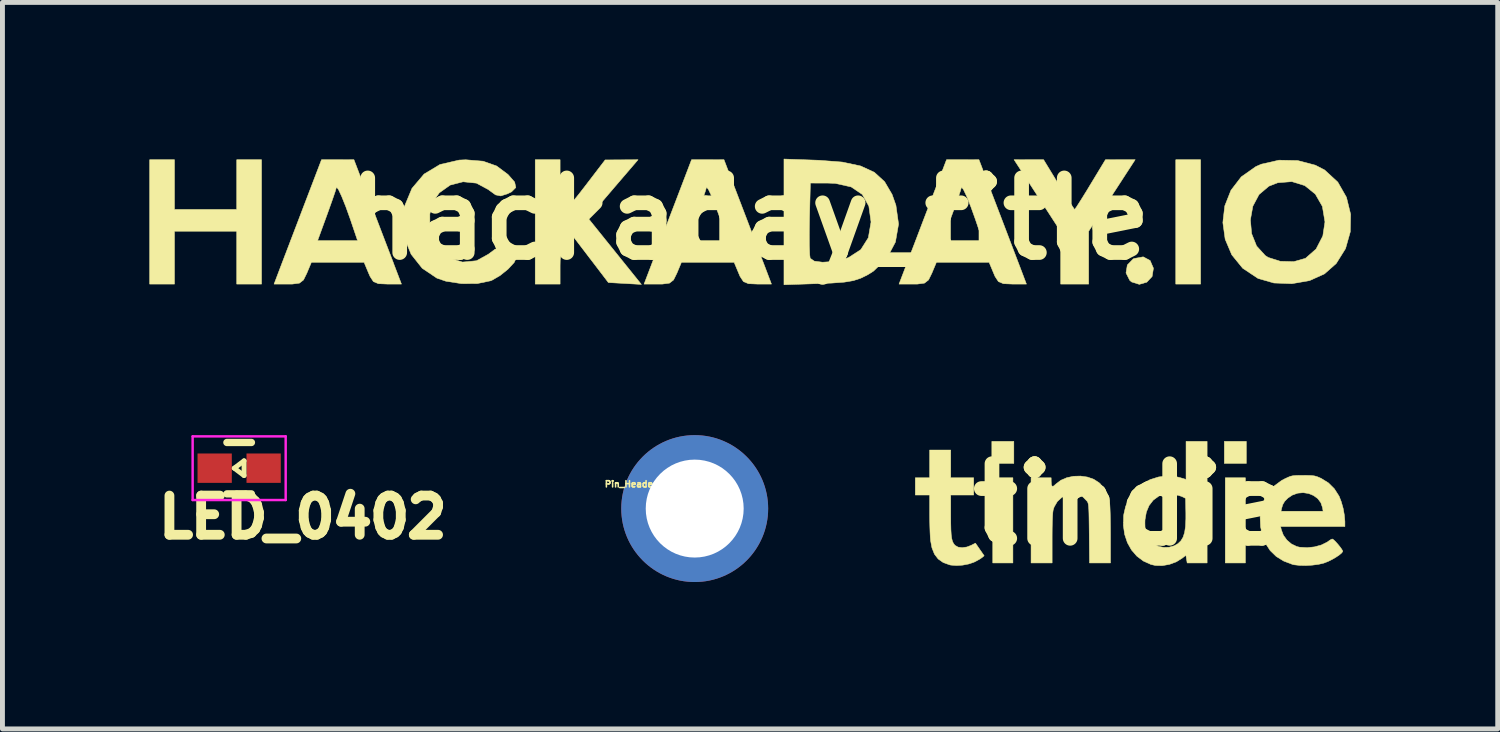
<source format=kicad_pcb>
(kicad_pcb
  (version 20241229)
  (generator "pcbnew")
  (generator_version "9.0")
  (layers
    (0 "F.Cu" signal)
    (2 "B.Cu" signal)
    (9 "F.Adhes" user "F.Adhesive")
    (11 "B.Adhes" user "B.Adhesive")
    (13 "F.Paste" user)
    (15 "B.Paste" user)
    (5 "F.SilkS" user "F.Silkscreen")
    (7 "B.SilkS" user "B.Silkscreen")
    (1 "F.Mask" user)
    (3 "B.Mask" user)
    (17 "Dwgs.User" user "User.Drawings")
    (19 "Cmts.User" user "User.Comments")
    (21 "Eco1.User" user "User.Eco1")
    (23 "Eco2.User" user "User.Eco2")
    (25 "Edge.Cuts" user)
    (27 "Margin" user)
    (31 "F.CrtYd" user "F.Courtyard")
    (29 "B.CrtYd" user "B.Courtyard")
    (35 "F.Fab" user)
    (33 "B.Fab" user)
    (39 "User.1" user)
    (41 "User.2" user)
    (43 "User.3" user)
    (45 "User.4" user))
  (footprint "Pin_Header_Straight_1x01"
    (layer "F.Cu")
    (at 11.137 7.336)
    (property "Reference" "Pin_Header_Straight_1x01" (at -0.6 -0.5 0) (layer "F.SilkS") (effects (font (size 0.127 0.127) (thickness 0.032))))
    (attr through_hole)
    (pad "P5" thru_hole circle (at 0 0) (size 3 3) (drill 2) (layers "*.Cu" "*.Mask")))
  (footprint "LED_0402"
    (layer "F.Cu")
    (at 1.834 6.511)
    (property "Reference" "LED_0402" (at 1.3 1 0) (layer "F.SilkS") (effects (font (size 0.8 0.8) (thickness 0.2))))
    (attr smd)
    (fp_line (start -0.25 0.525) (end 0.25 0.525) (stroke (width 0.15) (type solid)) (layer "F.SilkS"))
    (fp_line (start -0.1 0) (end 0.1 -0.15) (stroke (width 0.1) (type solid)) (layer "F.SilkS"))
    (fp_line (start -0.1 0) (end 0.1 0.15) (stroke (width 0.1) (type solid)) (layer "F.SilkS"))
    (fp_line (start 0.1 0.15) (end 0.1 -0.15) (stroke (width 0.1) (type solid)) (layer "F.SilkS"))
    (fp_line (start 0.25 -0.525) (end -0.25 -0.525) (stroke (width 0.15) (type solid)) (layer "F.SilkS"))
    (fp_line (start -0.95 -0.65) (end -0.95 0.65) (stroke (width 0.05) (type solid)) (layer "F.CrtYd"))
    (fp_line (start -0.95 -0.65) (end 0.95 -0.65) (stroke (width 0.05) (type solid)) (layer "F.CrtYd"))
    (fp_line (start -0.95 0.65) (end 0.95 0.65) (stroke (width 0.05) (type solid)) (layer "F.CrtYd"))
    (fp_line (start 0.95 -0.65) (end 0.95 0.65) (stroke (width 0.05) (type solid)) (layer "F.CrtYd"))
    (pad "1" smd rect (at -0.5 0) (size 0.7 0.6) (layers "F.Cu" "F.Mask" "F.Paste"))
    (pad "2" smd rect (at 0.5 0) (size 0.7 0.6) (layers "F.Cu" "F.Mask" "F.Paste")))
  (footprint "tindie"
    (layer "F.Cu")
    (at 20.038 7.254)
    (property "Reference" "tindie" (at 0 0 0) (layer "F.SilkS") (effects (font (size 1.524 1.524) (thickness 0.3))))
    (attr through_hole)
    (fp_poly (pts (xy -2.403 1.192) (xy -2.814 1.192) (xy -2.814 -0.547) (xy -2.403 -0.547) (xy -2.403 1.192)) (stroke (width 0.01) (type solid)) (fill yes) (layer "F.SilkS"))
    (fp_poly (pts (xy -2.384 -0.84) (xy -2.833 -0.84) (xy -2.833 -1.29) (xy -2.384 -1.29) (xy -2.384 -0.84)) (stroke (width 0.01) (type solid)) (fill yes) (layer "F.SilkS"))
    (fp_poly (pts (xy 2.345 1.192) (xy 1.934 1.192) (xy 1.934 -0.547) (xy 2.345 -0.547) (xy 2.345 1.192)) (stroke (width 0.01) (type solid)) (fill yes) (layer "F.SilkS"))
    (fp_poly (pts (xy 2.364 -0.84) (xy 1.915 -0.84) (xy 1.915 -1.29) (xy 2.364 -1.29) (xy 2.364 -0.84)) (stroke (width 0.01) (type solid)) (fill yes) (layer "F.SilkS"))
    (fp_poly (pts (xy -3.673 -0.547) (xy -3.204 -0.547) (xy -3.204 -0.195) (xy -3.673 -0.195) (xy -3.673 0.22) (xy -3.672 0.383) (xy -3.669 0.512) (xy -3.663 0.612) (xy -3.653 0.688) (xy -3.639 0.746) (xy -3.619 0.789) (xy -3.594 0.823) (xy -3.585 0.833) (xy -3.523 0.869) (xy -3.44 0.88) (xy -3.345 0.867) (xy -3.258 0.834) (xy -3.168 0.788) (xy -3.079 0.917) (xy -2.99 1.045) (xy -3.034 1.082) (xy -3.074 1.11) (xy -3.136 1.145) (xy -3.196 1.176) (xy -3.304 1.213) (xy -3.429 1.237) (xy -3.557 1.245) (xy -3.672 1.236) (xy -3.698 1.23) (xy -3.827 1.183) (xy -3.929 1.111) (xy -4.005 1.012) (xy -4.056 0.884) (xy -4.084 0.736) (xy -4.09 0.665) (xy -4.095 0.564) (xy -4.099 0.443) (xy -4.102 0.312) (xy -4.103 0.191) (xy -4.103 -0.195) (xy -4.396 -0.195) (xy -4.396 -0.547) (xy -4.103 -0.547) (xy -4.103 -1.114) (xy -3.673 -1.114) (xy -3.673 -0.547)) (stroke (width 0.01) (type solid)) (fill yes) (layer "F.SilkS"))
    (fp_poly (pts (xy -0.882 -0.562) (xy -0.753 -0.517) (xy -0.644 -0.447) (xy -0.618 -0.423) (xy -0.519 -0.298) (xy -0.453 -0.15) (xy -0.43 -0.06) (xy -0.425 -0.014) (xy -0.42 0.066) (xy -0.416 0.172) (xy -0.413 0.3) (xy -0.411 0.442) (xy -0.41 0.592) (xy -0.41 0.618) (xy -0.41 1.192) (xy -0.838 1.192) (xy -0.844 0.588) (xy -0.846 0.418) (xy -0.848 0.282) (xy -0.85 0.177) (xy -0.853 0.098) (xy -0.857 0.039) (xy -0.862 -0.002) (xy -0.869 -0.031) (xy -0.877 -0.052) (xy -0.889 -0.069) (xy -0.891 -0.072) (xy -0.971 -0.154) (xy -1.064 -0.201) (xy -1.169 -0.215) (xy -1.296 -0.197) (xy -1.406 -0.145) (xy -1.495 -0.063) (xy -1.56 0.048) (xy -1.58 0.108) (xy -1.587 0.154) (xy -1.593 0.235) (xy -1.598 0.347) (xy -1.601 0.485) (xy -1.602 0.647) (xy -1.602 0.689) (xy -1.602 1.192) (xy -2.032 1.192) (xy -2.032 -0.547) (xy -1.622 -0.547) (xy -1.621 -0.474) (xy -1.617 -0.405) (xy -1.602 -0.374) (xy -1.573 -0.377) (xy -1.529 -0.415) (xy -1.525 -0.419) (xy -1.424 -0.496) (xy -1.301 -0.549) (xy -1.164 -0.578) (xy -1.022 -0.582) (xy -0.882 -0.562)) (stroke (width 0.01) (type solid)) (fill yes) (layer "F.SilkS"))
    (fp_poly (pts (xy 1.563 1.192) (xy 1.156 1.192) (xy 1.13 1.035) (xy 1.055 1.094) (xy 0.933 1.17) (xy 0.795 1.221) (xy 0.649 1.247) (xy 0.508 1.244) (xy 0.416 1.223) (xy 0.261 1.153) (xy 0.128 1.053) (xy 0.019 0.927) (xy -0.065 0.777) (xy -0.121 0.609) (xy -0.147 0.426) (xy -0.145 0.369) (xy 0.293 0.369) (xy 0.295 0.456) (xy 0.305 0.522) (xy 0.326 0.584) (xy 0.353 0.641) (xy 0.41 0.737) (xy 0.475 0.803) (xy 0.556 0.848) (xy 0.576 0.855) (xy 0.678 0.875) (xy 0.789 0.871) (xy 0.888 0.843) (xy 0.89 0.843) (xy 0.968 0.798) (xy 1.028 0.74) (xy 1.073 0.666) (xy 1.104 0.569) (xy 1.122 0.446) (xy 1.129 0.292) (xy 1.129 0.174) (xy 1.123 -0.127) (xy 1.045 -0.166) (xy 0.973 -0.189) (xy 0.88 -0.203) (xy 0.778 -0.207) (xy 0.681 -0.2) (xy 0.602 -0.184) (xy 0.575 -0.172) (xy 0.463 -0.09) (xy 0.378 0.02) (xy 0.322 0.154) (xy 0.295 0.309) (xy 0.293 0.369) (xy -0.145 0.369) (xy -0.142 0.231) (xy -0.137 0.195) (xy -0.101 0.039) (xy -0.037 -0.112) (xy 0.047 -0.247) (xy 0.113 -0.323) (xy 0.248 -0.431) (xy 0.405 -0.512) (xy 0.574 -0.564) (xy 0.749 -0.585) (xy 0.921 -0.572) (xy 1.014 -0.549) (xy 1.133 -0.512) (xy 1.133 -1.29) (xy 1.563 -1.29) (xy 1.563 1.192)) (stroke (width 0.01) (type solid)) (fill yes) (layer "F.SilkS"))
    (fp_poly (pts (xy 3.628 -0.595) (xy 3.701 -0.592) (xy 3.756 -0.585) (xy 3.804 -0.572) (xy 3.855 -0.551) (xy 3.893 -0.534) (xy 4.04 -0.443) (xy 4.161 -0.323) (xy 4.256 -0.175) (xy 4.259 -0.17) (xy 4.303 -0.057) (xy 4.341 0.077) (xy 4.366 0.217) (xy 4.377 0.344) (xy 4.377 0.353) (xy 4.377 0.449) (xy 3.064 0.449) (xy 3.078 0.513) (xy 3.12 0.625) (xy 3.192 0.725) (xy 3.286 0.805) (xy 3.394 0.857) (xy 3.453 0.871) (xy 3.606 0.88) (xy 3.757 0.864) (xy 3.898 0.825) (xy 4.017 0.766) (xy 4.038 0.75) (xy 4.082 0.72) (xy 4.115 0.704) (xy 4.12 0.703) (xy 4.145 0.718) (xy 4.184 0.755) (xy 4.23 0.806) (xy 4.275 0.861) (xy 4.312 0.912) (xy 4.332 0.948) (xy 4.333 0.957) (xy 4.312 0.987) (xy 4.264 1.028) (xy 4.196 1.074) (xy 4.117 1.12) (xy 4.035 1.161) (xy 3.958 1.191) (xy 3.951 1.194) (xy 3.842 1.22) (xy 3.713 1.237) (xy 3.579 1.245) (xy 3.45 1.242) (xy 3.342 1.23) (xy 3.307 1.222) (xy 3.126 1.153) (xy 2.974 1.059) (xy 2.85 0.938) (xy 2.755 0.791) (xy 2.689 0.616) (xy 2.655 0.454) (xy 2.646 0.26) (xy 2.663 0.137) (xy 3.072 0.137) (xy 3.932 0.137) (xy 3.921 0.066) (xy 3.886 -0.038) (xy 3.823 -0.122) (xy 3.737 -0.185) (xy 3.636 -0.226) (xy 3.526 -0.243) (xy 3.413 -0.233) (xy 3.304 -0.194) (xy 3.212 -0.132) (xy 3.147 -0.066) (xy 3.108 0.001) (xy 3.086 0.073) (xy 3.072 0.137) (xy 2.663 0.137) (xy 2.671 0.075) (xy 2.729 -0.096) (xy 2.818 -0.25) (xy 2.937 -0.383) (xy 3.082 -0.49) (xy 3.145 -0.524) (xy 3.209 -0.554) (xy 3.259 -0.575) (xy 3.307 -0.587) (xy 3.363 -0.593) (xy 3.438 -0.596) (xy 3.527 -0.596) (xy 3.628 -0.595)) (stroke (width 0.01) (type solid)) (fill yes) (layer "F.SilkS")))
  (footprint "hackaday_title"
    (layer "F.Cu")
    (at 12.261 1.418)
    (property "Reference" "hackaday_title" (at 0 0 0) (layer "F.SilkS") (effects (font (size 1.524 1.524) (thickness 0.3))))
    (attr through_hole)
    (fp_poly (pts (xy 9.207 1.333) (xy 8.7 1.333) (xy 8.7 -1.206) (xy 9.207 -1.206) (xy 9.207 1.333)) (stroke (width 0.01) (type solid)) (fill yes) (layer "F.SilkS"))
    (fp_poly (pts (xy -11.748 -0.191) (xy -10.477 -0.191) (xy -10.477 -1.206) (xy -9.97 -1.206) (xy -9.97 1.333) (xy -10.477 1.333) (xy -10.477 0.254) (xy -11.748 0.254) (xy -11.748 1.333) (xy -12.255 1.333) (xy -12.255 -1.206) (xy -11.748 -1.206) (xy -11.748 -0.191)) (stroke (width 0.01) (type solid)) (fill yes) (layer "F.SilkS"))
    (fp_poly (pts (xy 8.176 0.852) (xy 8.244 1.01) (xy 8.217 1.179) (xy 8.108 1.295) (xy 7.956 1.339) (xy 7.799 1.29) (xy 7.76 1.257) (xy 7.684 1.105) (xy 7.711 0.943) (xy 7.83 0.82) (xy 7.847 0.812) (xy 8.035 0.777) (xy 8.176 0.852)) (stroke (width 0.01) (type solid)) (fill yes) (layer "F.SilkS"))
    (fp_poly (pts (xy 7.396 -0.476) (xy 6.921 0.255) (xy 6.921 1.333) (xy 6.35 1.333) (xy 6.35 0.259) (xy 5.398 -1.207) (xy 5.7 -1.206) (xy 6.001 -1.206) (xy 6.31 -0.699) (xy 6.446 -0.478) (xy 6.555 -0.306) (xy 6.622 -0.206) (xy 6.635 -0.191) (xy 6.672 -0.241) (xy 6.759 -0.377) (xy 6.881 -0.573) (xy 6.957 -0.699) (xy 7.264 -1.206) (xy 7.567 -1.207) (xy 7.871 -1.207) (xy 7.396 -0.476)) (stroke (width 0.01) (type solid)) (fill yes) (layer "F.SilkS"))
    (fp_poly (pts (xy -3.873 -0.667) (xy -3.868 -0.423) (xy -3.854 -0.236) (xy -3.833 -0.136) (xy -3.824 -0.127) (xy -3.768 -0.174) (xy -3.653 -0.303) (xy -3.499 -0.491) (xy -3.364 -0.665) (xy -2.953 -1.202) (xy -2.617 -1.204) (xy -2.281 -1.206) (xy -2.792 -0.61) (xy -3.302 -0.013) (xy -2.213 1.34) (xy -2.55 1.321) (xy -2.887 1.302) (xy -3.267 0.804) (xy -3.647 0.306) (xy -3.76 0.446) (xy -3.838 0.604) (xy -3.871 0.847) (xy -3.873 0.96) (xy -3.873 1.333) (xy -4.381 1.333) (xy -4.381 -1.206) (xy -3.873 -1.206) (xy -3.873 -0.667)) (stroke (width 0.01) (type solid)) (fill yes) (layer "F.SilkS"))
    (fp_poly (pts (xy 1.413 -1.195) (xy 1.891 -1.158) (xy 2.263 -1.079) (xy 2.545 -0.949) (xy 2.754 -0.758) (xy 2.907 -0.497) (xy 2.985 -0.276) (xy 3.039 0.108) (xy 2.975 0.475) (xy 2.802 0.802) (xy 2.529 1.067) (xy 2.411 1.142) (xy 2.265 1.214) (xy 2.115 1.263) (xy 1.929 1.294) (xy 1.673 1.313) (xy 1.413 1.323) (xy 0.699 1.347) (xy 0.699 0.293) (xy 1.216 0.293) (xy 1.217 0.547) (xy 1.224 0.729) (xy 1.234 0.806) (xy 1.318 0.865) (xy 1.487 0.887) (xy 1.702 0.873) (xy 1.928 0.823) (xy 2.018 0.792) (xy 2.268 0.63) (xy 2.422 0.387) (xy 2.476 0.072) (xy 2.477 0.066) (xy 2.432 -0.259) (xy 2.298 -0.497) (xy 2.071 -0.651) (xy 1.747 -0.723) (xy 1.596 -0.729) (xy 1.238 -0.73) (xy 1.22 -0.004) (xy 1.216 0.293) (xy 0.699 0.293) (xy 0.699 -1.22) (xy 1.413 -1.195)) (stroke (width 0.01) (type solid)) (fill yes) (layer "F.SilkS"))
    (fp_poly (pts (xy -8.083 -1.206) (xy -7.749 -0.333) (xy -7.615 0.017) (xy -7.483 0.363) (xy -7.366 0.668) (xy -7.278 0.898) (xy -7.264 0.937) (xy -7.113 1.333) (xy -7.402 1.333) (xy -7.584 1.325) (xy -7.686 1.282) (xy -7.754 1.177) (xy -7.783 1.111) (xy -7.876 0.889) (xy -8.952 0.889) (xy -9.045 1.111) (xy -9.113 1.249) (xy -9.196 1.314) (xy -9.34 1.333) (xy -9.426 1.333) (xy -9.714 1.333) (xy -9.564 0.937) (xy -9.484 0.728) (xy -9.376 0.445) (xy -8.825 0.445) (xy -8.009 0.445) (xy -8.159 0.003) (xy -8.25 -0.25) (xy -8.333 -0.457) (xy -8.398 -0.596) (xy -8.437 -0.646) (xy -8.444 -0.631) (xy -8.465 -0.559) (xy -8.52 -0.398) (xy -8.599 -0.176) (xy -8.635 -0.076) (xy -8.825 0.445) (xy -9.376 0.445) (xy -9.373 0.437) (xy -9.243 0.097) (xy -9.109 -0.255) (xy -9.079 -0.333) (xy -8.745 -1.207) (xy -8.414 -1.207) (xy -8.083 -1.206)) (stroke (width 0.01) (type solid)) (fill yes) (layer "F.SilkS"))
    (fp_poly (pts (xy -0.526 -1.206) (xy -0.192 -0.333) (xy -0.058 0.017) (xy 0.074 0.363) (xy 0.19 0.668) (xy 0.278 0.898) (xy 0.293 0.937) (xy 0.443 1.333) (xy 0.155 1.333) (xy -0.027 1.325) (xy -0.129 1.282) (xy -0.198 1.177) (xy -0.226 1.111) (xy -0.319 0.889) (xy -1.395 0.889) (xy -1.488 1.111) (xy -1.556 1.249) (xy -1.639 1.314) (xy -1.783 1.333) (xy -1.869 1.333) (xy -2.158 1.333) (xy -2.007 0.937) (xy -1.928 0.728) (xy -1.819 0.445) (xy -1.269 0.445) (xy -0.452 0.445) (xy -0.602 0.003) (xy -0.693 -0.25) (xy -0.776 -0.457) (xy -0.842 -0.596) (xy -0.881 -0.646) (xy -0.887 -0.631) (xy -0.908 -0.559) (xy -0.963 -0.398) (xy -1.042 -0.176) (xy -1.079 -0.076) (xy -1.269 0.445) (xy -1.819 0.445) (xy -1.816 0.437) (xy -1.687 0.097) (xy -1.552 -0.255) (xy -1.522 -0.333) (xy -1.188 -1.207) (xy -0.857 -1.207) (xy -0.526 -1.206)) (stroke (width 0.01) (type solid)) (fill yes) (layer "F.SilkS"))
    (fp_poly (pts (xy 4.681 -1.206) (xy 5.015 -0.333) (xy 5.149 0.017) (xy 5.281 0.363) (xy 5.397 0.668) (xy 5.485 0.898) (xy 5.5 0.937) (xy 5.65 1.333) (xy 5.362 1.333) (xy 5.18 1.325) (xy 5.078 1.282) (xy 5.009 1.177) (xy 4.981 1.111) (xy 4.888 0.889) (xy 3.812 0.889) (xy 3.719 1.111) (xy 3.651 1.249) (xy 3.568 1.314) (xy 3.424 1.333) (xy 3.338 1.333) (xy 3.049 1.333) (xy 3.2 0.937) (xy 3.279 0.728) (xy 3.388 0.445) (xy 3.938 0.445) (xy 4.755 0.445) (xy 4.605 0.003) (xy 4.514 -0.25) (xy 4.431 -0.457) (xy 4.365 -0.596) (xy 4.326 -0.646) (xy 4.32 -0.631) (xy 4.299 -0.559) (xy 4.244 -0.398) (xy 4.165 -0.176) (xy 4.128 -0.076) (xy 3.938 0.445) (xy 3.388 0.445) (xy 3.391 0.437) (xy 3.52 0.097) (xy 3.655 -0.255) (xy 3.685 -0.333) (xy 4.019 -1.207) (xy 4.35 -1.207) (xy 4.681 -1.206)) (stroke (width 0.01) (type solid)) (fill yes) (layer "F.SilkS"))
    (fp_poly (pts (xy 11.191 -1.189) (xy 11.55 -1.095) (xy 11.741 -0.996) (xy 12.009 -0.749) (xy 12.186 -0.439) (xy 12.271 -0.092) (xy 12.264 0.266) (xy 12.167 0.609) (xy 11.977 0.913) (xy 11.737 1.125) (xy 11.433 1.262) (xy 11.071 1.325) (xy 10.703 1.311) (xy 10.38 1.218) (xy 10.067 1.01) (xy 9.844 0.736) (xy 9.709 0.418) (xy 9.662 0.078) (xy 9.668 0.021) (xy 10.224 0.021) (xy 10.249 0.303) (xy 10.351 0.557) (xy 10.529 0.752) (xy 10.589 0.79) (xy 10.835 0.868) (xy 11.109 0.875) (xy 11.346 0.808) (xy 11.354 0.803) (xy 11.566 0.617) (xy 11.703 0.351) (xy 11.747 0.064) (xy 11.694 -0.253) (xy 11.55 -0.504) (xy 11.335 -0.678) (xy 11.072 -0.759) (xy 10.781 -0.736) (xy 10.602 -0.666) (xy 10.401 -0.496) (xy 10.274 -0.257) (xy 10.224 0.021) (xy 9.668 0.021) (xy 9.701 -0.263) (xy 9.827 -0.582) (xy 10.038 -0.857) (xy 10.335 -1.066) (xy 10.447 -1.115) (xy 10.808 -1.197) (xy 11.191 -1.189)) (stroke (width 0.01) (type solid)) (fill yes) (layer "F.SilkS"))
    (fp_poly (pts (xy -5.446 -1.176) (xy -5.169 -1.078) (xy -4.937 -0.905) (xy -4.801 -0.75) (xy -4.777 -0.638) (xy -4.865 -0.55) (xy -4.951 -0.509) (xy -5.085 -0.467) (xy -5.19 -0.488) (xy -5.325 -0.586) (xy -5.337 -0.596) (xy -5.582 -0.728) (xy -5.854 -0.756) (xy -6.118 -0.688) (xy -6.339 -0.531) (xy -6.444 -0.383) (xy -6.533 -0.1) (xy -6.532 0.197) (xy -6.45 0.474) (xy -6.295 0.696) (xy -6.162 0.793) (xy -5.867 0.884) (xy -5.58 0.857) (xy -5.337 0.723) (xy -5.199 0.62) (xy -5.093 0.593) (xy -4.963 0.631) (xy -4.951 0.636) (xy -4.821 0.711) (xy -4.763 0.786) (xy -4.763 0.79) (xy -4.812 0.894) (xy -4.936 1.028) (xy -5.1 1.16) (xy -5.266 1.256) (xy -5.291 1.266) (xy -5.561 1.322) (xy -5.886 1.324) (xy -6.204 1.275) (xy -6.389 1.212) (xy -6.689 1.01) (xy -6.915 0.725) (xy -7.055 0.385) (xy -7.096 0.02) (xy -7.058 -0.237) (xy -6.898 -0.621) (xy -6.651 -0.913) (xy -6.327 -1.108) (xy -5.934 -1.199) (xy -5.799 -1.205) (xy -5.446 -1.176)) (stroke (width 0.01) (type solid)) (fill yes) (layer "F.SilkS")))
  (gr_rect
    (start -3 -3)
    (end 27.536 11.836)
    (stroke (width 0.1) (type default))
    (fill no)
    (layer "Edge.Cuts")))
</source>
